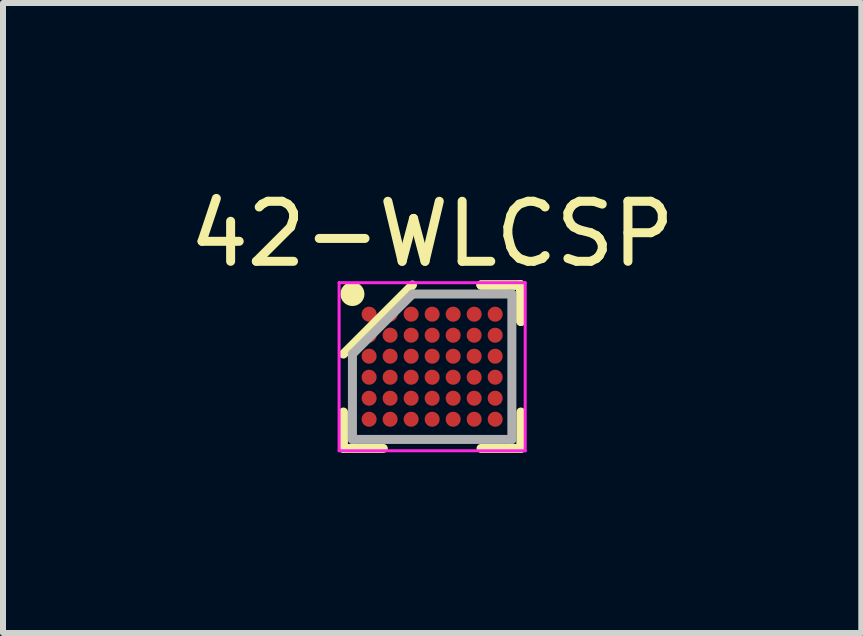
<source format=kicad_pcb>
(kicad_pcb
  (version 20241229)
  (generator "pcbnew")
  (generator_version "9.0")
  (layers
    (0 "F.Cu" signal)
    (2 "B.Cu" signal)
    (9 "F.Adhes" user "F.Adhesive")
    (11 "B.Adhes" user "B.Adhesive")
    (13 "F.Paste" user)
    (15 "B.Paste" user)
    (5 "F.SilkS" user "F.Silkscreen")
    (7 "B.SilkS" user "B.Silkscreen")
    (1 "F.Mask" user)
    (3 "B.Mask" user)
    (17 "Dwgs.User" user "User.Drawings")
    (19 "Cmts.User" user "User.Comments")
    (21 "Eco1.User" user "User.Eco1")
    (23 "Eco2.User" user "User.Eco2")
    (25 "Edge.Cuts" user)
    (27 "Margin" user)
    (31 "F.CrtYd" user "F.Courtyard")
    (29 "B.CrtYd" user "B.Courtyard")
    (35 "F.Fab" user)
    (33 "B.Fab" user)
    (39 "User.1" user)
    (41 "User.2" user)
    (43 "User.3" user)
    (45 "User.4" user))
  (footprint "42-WLCSP"
    (layer "F.Cu")
    (at 4.149 3.059)
    (property "Reference" "42-WLCSP" (at 0 -2.211 0) (layer "F.SilkS") (effects (font (size 1 1) (thickness 0.15))))
    (attr smd)
    (fp_line (start -1.478 1.361) (end -1.478 0.755) (stroke (width 0.15) (type solid)) (layer "F.SilkS"))
    (fp_line (start -0.814 1.361) (end -1.478 1.361) (stroke (width 0.15) (type solid)) (layer "F.SilkS"))
    (fp_line (start -0.328 -1.361) (end -1.478 -0.211) (stroke (width 0.15) (type solid)) (layer "F.SilkS"))
    (fp_line (start 0.814 -1.361) (end 1.478 -1.361) (stroke (width 0.15) (type solid)) (layer "F.SilkS"))
    (fp_line (start 0.814 -1.361) (end 1.478 -1.361) (stroke (width 0.15) (type solid)) (layer "F.SilkS"))
    (fp_line (start 0.814 -1.361) (end 1.478 -1.361) (stroke (width 0.15) (type solid)) (layer "F.SilkS"))
    (fp_line (start 0.814 1.361) (end 1.478 1.361) (stroke (width 0.15) (type solid)) (layer "F.SilkS"))
    (fp_line (start 1.478 -1.361) (end 1.478 -0.755) (stroke (width 0.15) (type solid)) (layer "F.SilkS"))
    (fp_line (start 1.478 -1.361) (end 1.478 -0.755) (stroke (width 0.15) (type solid)) (layer "F.SilkS"))
    (fp_line (start 1.478 -1.361) (end 1.478 -0.755) (stroke (width 0.15) (type solid)) (layer "F.SilkS"))
    (fp_line (start 1.478 1.361) (end 1.478 0.755) (stroke (width 0.15) (type solid)) (layer "F.SilkS"))
    (fp_circle (center -1.328 -1.211) (end -1.328 -1.111) (stroke (width 0.2) (type solid)) (fill no) (layer "F.SilkS"))
    (fp_line (start -1.55 -1.4) (end 1.55 -1.4) (stroke (width 0.05) (type solid)) (layer "F.CrtYd"))
    (fp_line (start -1.55 1.4) (end -1.55 -1.4) (stroke (width 0.05) (type solid)) (layer "F.CrtYd"))
    (fp_line (start 1.55 -1.4) (end 1.55 1.4) (stroke (width 0.05) (type solid)) (layer "F.CrtYd"))
    (fp_line (start 1.55 1.4) (end -1.55 1.4) (stroke (width 0.05) (type solid)) (layer "F.CrtYd"))
    (fp_line (start -1.328 -0.211) (end -1.328 1.211) (stroke (width 0.15) (type solid)) (layer "F.Fab"))
    (fp_line (start -1.328 1.211) (end 1.328 1.211) (stroke (width 0.15) (type solid)) (layer "F.Fab"))
    (fp_line (start -0.328 -1.211) (end -1.328 -0.211) (stroke (width 0.15) (type solid)) (layer "F.Fab"))
    (fp_line (start 1.328 -1.211) (end -0.328 -1.211) (stroke (width 0.15) (type solid)) (layer "F.Fab"))
    (fp_line (start 1.328 1.211) (end 1.328 -1.211) (stroke (width 0.15) (type solid)) (layer "F.Fab"))
    (pad "A1" smd circle (at -1.05 -0.875) (size 0.25 0.25) (layers "F.Cu" "F.Mask" "F.Paste"))
    (pad "A2" smd circle (at -0.7 -0.875) (size 0.25 0.25) (layers "F.Cu" "F.Mask" "F.Paste"))
    (pad "A3" smd circle (at -0.35 -0.875) (size 0.25 0.25) (layers "F.Cu" "F.Mask" "F.Paste"))
    (pad "A4" smd circle (at 0 -0.875) (size 0.25 0.25) (layers "F.Cu" "F.Mask" "F.Paste"))
    (pad "A5" smd circle (at 0.35 -0.875) (size 0.25 0.25) (layers "F.Cu" "F.Mask" "F.Paste"))
    (pad "A6" smd circle (at 0.7 -0.875) (size 0.25 0.25) (layers "F.Cu" "F.Mask" "F.Paste"))
    (pad "A7" smd circle (at 1.05 -0.875) (size 0.25 0.25) (layers "F.Cu" "F.Mask" "F.Paste"))
    (pad "B1" smd circle (at -1.05 -0.525) (size 0.25 0.25) (layers "F.Cu" "F.Mask" "F.Paste"))
    (pad "B2" smd circle (at -0.7 -0.525) (size 0.25 0.25) (layers "F.Cu" "F.Mask" "F.Paste"))
    (pad "B3" smd circle (at -0.35 -0.525) (size 0.25 0.25) (layers "F.Cu" "F.Mask" "F.Paste"))
    (pad "B4" smd circle (at 0 -0.525) (size 0.25 0.25) (layers "F.Cu" "F.Mask" "F.Paste"))
    (pad "B5" smd circle (at 0.35 -0.525) (size 0.25 0.25) (layers "F.Cu" "F.Mask" "F.Paste"))
    (pad "B6" smd circle (at 0.7 -0.525) (size 0.25 0.25) (layers "F.Cu" "F.Mask" "F.Paste"))
    (pad "B7" smd circle (at 1.05 -0.525) (size 0.25 0.25) (layers "F.Cu" "F.Mask" "F.Paste"))
    (pad "C1" smd circle (at -1.05 -0.175) (size 0.25 0.25) (layers "F.Cu" "F.Mask" "F.Paste"))
    (pad "C2" smd circle (at -0.7 -0.175) (size 0.25 0.25) (layers "F.Cu" "F.Mask" "F.Paste"))
    (pad "C3" smd circle (at -0.35 -0.175) (size 0.25 0.25) (layers "F.Cu" "F.Mask" "F.Paste"))
    (pad "C4" smd circle (at 0 -0.175) (size 0.25 0.25) (layers "F.Cu" "F.Mask" "F.Paste"))
    (pad "C5" smd circle (at 0.35 -0.175) (size 0.25 0.25) (layers "F.Cu" "F.Mask" "F.Paste"))
    (pad "C6" smd circle (at 0.7 -0.175) (size 0.25 0.25) (layers "F.Cu" "F.Mask" "F.Paste"))
    (pad "C7" smd circle (at 1.05 -0.175) (size 0.25 0.25) (layers "F.Cu" "F.Mask" "F.Paste"))
    (pad "D1" smd circle (at -1.05 0.175) (size 0.25 0.25) (layers "F.Cu" "F.Mask" "F.Paste"))
    (pad "D2" smd circle (at -0.7 0.175) (size 0.25 0.25) (layers "F.Cu" "F.Mask" "F.Paste"))
    (pad "D3" smd circle (at -0.35 0.175) (size 0.25 0.25) (layers "F.Cu" "F.Mask" "F.Paste"))
    (pad "D4" smd circle (at 0 0.175) (size 0.25 0.25) (layers "F.Cu" "F.Mask" "F.Paste"))
    (pad "D5" smd circle (at 0.35 0.175) (size 0.25 0.25) (layers "F.Cu" "F.Mask" "F.Paste"))
    (pad "D6" smd circle (at 0.7 0.175) (size 0.25 0.25) (layers "F.Cu" "F.Mask" "F.Paste"))
    (pad "D7" smd circle (at 1.05 0.175) (size 0.25 0.25) (layers "F.Cu" "F.Mask" "F.Paste"))
    (pad "E1" smd circle (at -1.05 0.525) (size 0.25 0.25) (layers "F.Cu" "F.Mask" "F.Paste"))
    (pad "E2" smd circle (at -0.7 0.525) (size 0.25 0.25) (layers "F.Cu" "F.Mask" "F.Paste"))
    (pad "E3" smd circle (at -0.35 0.525) (size 0.25 0.25) (layers "F.Cu" "F.Mask" "F.Paste"))
    (pad "E4" smd circle (at 0 0.525) (size 0.25 0.25) (layers "F.Cu" "F.Mask" "F.Paste"))
    (pad "E5" smd circle (at 0.35 0.525) (size 0.25 0.25) (layers "F.Cu" "F.Mask" "F.Paste"))
    (pad "E6" smd circle (at 0.7 0.525) (size 0.25 0.25) (layers "F.Cu" "F.Mask" "F.Paste"))
    (pad "E7" smd circle (at 1.05 0.525) (size 0.25 0.25) (layers "F.Cu" "F.Mask" "F.Paste"))
    (pad "F1" smd circle (at -1.05 0.875) (size 0.25 0.25) (layers "F.Cu" "F.Mask" "F.Paste"))
    (pad "F2" smd circle (at -0.7 0.875) (size 0.25 0.25) (layers "F.Cu" "F.Mask" "F.Paste"))
    (pad "F3" smd circle (at -0.35 0.875) (size 0.25 0.25) (layers "F.Cu" "F.Mask" "F.Paste"))
    (pad "F4" smd circle (at 0 0.875) (size 0.25 0.25) (layers "F.Cu" "F.Mask" "F.Paste"))
    (pad "F5" smd circle (at 0.35 0.875) (size 0.25 0.25) (layers "F.Cu" "F.Mask" "F.Paste"))
    (pad "F6" smd circle (at 0.7 0.875) (size 0.25 0.25) (layers "F.Cu" "F.Mask" "F.Paste"))
    (pad "F7" smd circle (at 1.05 0.875) (size 0.25 0.25) (layers "F.Cu" "F.Mask" "F.Paste")))
  (gr_rect
    (start -3 -3)
    (end 11.298 7.495)
    (stroke (width 0.1) (type default))
    (fill no)
    (layer "Edge.Cuts")))
</source>
